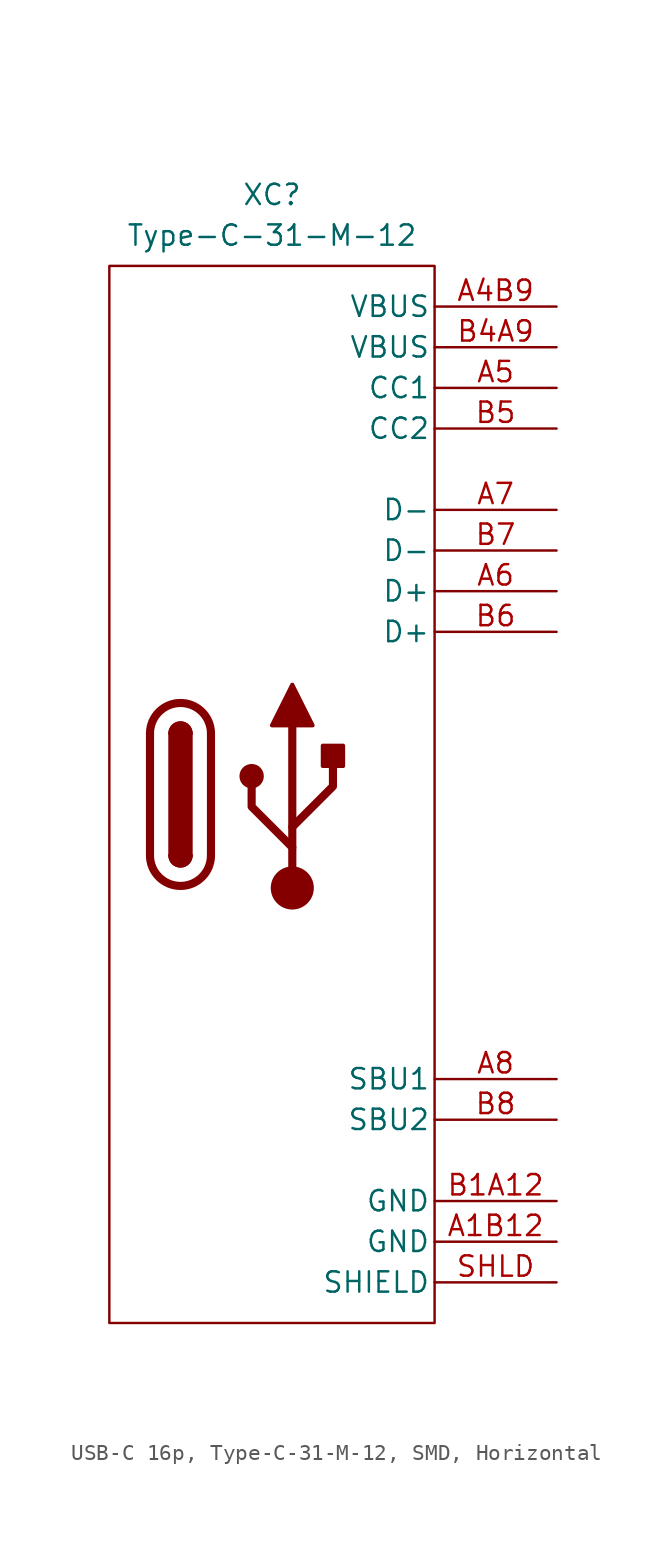
<source format=kicad_sym>
(kicad_symbol_lib
  (version 20231120)
  (generator "kicad_symbol_editor")
  (generator_version "8.0")
  (symbol "USB-C 16p, Type-C-31-M-12, SMD, Horizontal"
    (pin_names
      (offset 0.254))
    (property "Reference" "XC"
      (at 0 37.465 0)
      (effects (font (size 1.27 1.27))))
    (property "Value" "Type-C-31-M-12"
      (at 0 34.925 0)
      (effects (font (size 1.27 1.27))))
    (symbol "USB-C 16p, Type-C-31-M-12, SMD, Horizontal_0_1"
      (arc (start -7.62 -3.81) (mid -5.715 -5.7067) (end -3.81 -3.81) (stroke (width 0.508) (type default)) (fill (type none)))
      (arc (start -6.35 -3.81) (mid -5.715 -4.4423) (end -5.08 -3.81) (stroke (width 0.254) (type default)) (fill (type none)))
      (arc (start -6.35 -3.81) (mid -5.715 -4.4423) (end -5.08 -3.81) (stroke (width 0.254) (type default)) (fill (type outline)))
      (rectangle (start -6.35 -3.81) (end -5.08 3.81) (stroke (width 0.254) (type default)) (fill (type outline)))
      (arc (start -5.08 3.81) (mid -5.715 4.4423) (end -6.35 3.81) (stroke (width 0.254) (type default)) (fill (type none)))
      (arc (start -5.08 3.81) (mid -5.715 4.4423) (end -6.35 3.81) (stroke (width 0.254) (type default)) (fill (type outline)))
      (arc (start -3.81 3.81) (mid -5.715 5.7067) (end -7.62 3.81) (stroke (width 0.508) (type default)) (fill (type none)))
      (polyline (pts (xy -7.62 -3.81) (xy -7.62 3.81)) (stroke (width 0.508) (type default)) (fill (type none)))
      (polyline (pts (xy -3.81 3.81) (xy -3.81 -3.81)) (stroke (width 0.508) (type default)) (fill (type none))))
    (symbol "USB-C 16p, Type-C-31-M-12, SMD, Horizontal_1_1"
      (rectangle (start -10.16 33.02) (end 10.16 -33.02) (stroke (width 0) (type default)) (fill (type none)))
      (circle (center -1.27 1.143) (radius 0.635) (stroke (width 0.254) (type default)) (fill (type outline)))
      (polyline (pts (xy 1.27 -5.842) (xy 1.27 4.318)) (stroke (width 0.508) (type default)) (fill (type none)))
      (polyline (pts (xy 1.27 -3.302) (xy -1.27 -0.762) (xy -1.27 0.508)) (stroke (width 0.508) (type default)) (fill (type none)))
      (polyline (pts (xy 1.27 -2.032) (xy 3.81 0.508) (xy 3.81 1.778)) (stroke (width 0.508) (type default)) (fill (type none)))
      (polyline (pts (xy 0 4.318) (xy 1.27 6.858) (xy 2.54 4.318) (xy 0 4.318)) (stroke (width 0.254) (type default)) (fill (type outline)))
      (circle (center 1.27 -5.842) (radius 1.27) (stroke (width 0) (type default)) (fill (type outline)))
      (rectangle (start 3.175 1.778) (end 4.445 3.048) (stroke (width 0.254) (type default)) (fill (type outline)))
      (pin passive line (at 17.78 -27.94 180) (length 7.62) (name "GND" (effects (font (size 1.27 1.27)))) (number "A1B12" (effects (font (size 1.27 1.27)))))
      (pin passive line (at 17.78 30.48 180) (length 7.62) (name "VBUS" (effects (font (size 1.27 1.27)))) (number "A4B9" (effects (font (size 1.27 1.27)))))
      (pin bidirectional line (at 17.78 25.4 180) (length 7.62) (name "CC1" (effects (font (size 1.27 1.27)))) (number "A5" (effects (font (size 1.27 1.27)))))
      (pin bidirectional line (at 17.78 12.7 180) (length 7.62) (name "D+" (effects (font (size 1.27 1.27)))) (number "A6" (effects (font (size 1.27 1.27)))))
      (pin bidirectional line (at 17.78 17.78 180) (length 7.62) (name "D-" (effects (font (size 1.27 1.27)))) (number "A7" (effects (font (size 1.27 1.27)))))
      (pin bidirectional line (at 17.78 -17.78 180) (length 7.62) (name "SBU1" (effects (font (size 1.27 1.27)))) (number "A8" (effects (font (size 1.27 1.27)))))
      (pin passive line (at 17.78 -25.4 180) (length 7.62) (name "GND" (effects (font (size 1.27 1.27)))) (number "B1A12" (effects (font (size 1.27 1.27)))))
      (pin passive line (at 17.78 27.94 180) (length 7.62) (name "VBUS" (effects (font (size 1.27 1.27)))) (number "B4A9" (effects (font (size 1.27 1.27)))))
      (pin bidirectional line (at 17.78 22.86 180) (length 7.62) (name "CC2" (effects (font (size 1.27 1.27)))) (number "B5" (effects (font (size 1.27 1.27)))))
      (pin bidirectional line (at 17.78 10.16 180) (length 7.62) (name "D+" (effects (font (size 1.27 1.27)))) (number "B6" (effects (font (size 1.27 1.27)))))
      (pin bidirectional line (at 17.78 15.24 180) (length 7.62) (name "D-" (effects (font (size 1.27 1.27)))) (number "B7" (effects (font (size 1.27 1.27)))))
      (pin bidirectional line (at 17.78 -20.32 180) (length 7.62) (name "SBU2" (effects (font (size 1.27 1.27)))) (number "B8" (effects (font (size 1.27 1.27)))))
      (pin passive line (at 17.78 -30.48 180) (length 7.62) (name "SHIELD" (effects (font (size 1.27 1.27)))) (number "SHLD" (effects (font (size 1.27 1.27))))))))
</source>
